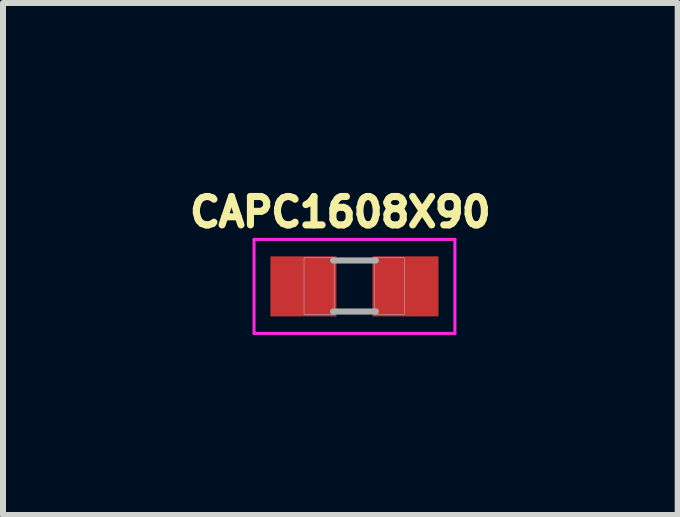
<source format=kicad_pcb>
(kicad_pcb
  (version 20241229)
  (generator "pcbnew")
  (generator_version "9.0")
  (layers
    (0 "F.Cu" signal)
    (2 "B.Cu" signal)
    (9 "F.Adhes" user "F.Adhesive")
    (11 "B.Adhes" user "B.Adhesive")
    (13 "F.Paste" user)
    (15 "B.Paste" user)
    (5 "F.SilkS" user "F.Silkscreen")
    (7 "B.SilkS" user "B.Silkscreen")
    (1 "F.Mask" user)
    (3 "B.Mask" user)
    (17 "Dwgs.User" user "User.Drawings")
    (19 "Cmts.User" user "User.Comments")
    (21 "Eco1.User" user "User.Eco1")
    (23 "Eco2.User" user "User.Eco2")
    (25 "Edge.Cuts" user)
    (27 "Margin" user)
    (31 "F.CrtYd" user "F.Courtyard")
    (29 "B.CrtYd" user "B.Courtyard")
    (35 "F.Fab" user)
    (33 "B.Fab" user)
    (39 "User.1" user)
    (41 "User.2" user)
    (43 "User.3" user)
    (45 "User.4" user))
  (footprint "CAPC1608X90"
    (layer "F.Cu")
    (at 2.855 1.721)
    (property "Reference" "CAPC1608X90" (at -0.235 -1.237 0) (layer "F.SilkS") (effects (font (size 0.473 0.473) (thickness 0.15))))
    (attr smd)
    (fp_line (start -1.673 -0.783) (end 1.673 -0.783) (stroke (width 0.051) (type solid)) (layer "F.CrtYd"))
    (fp_line (start -1.673 0.783) (end -1.673 -0.783) (stroke (width 0.051) (type solid)) (layer "F.CrtYd"))
    (fp_line (start 1.673 -0.783) (end 1.673 0.783) (stroke (width 0.051) (type solid)) (layer "F.CrtYd"))
    (fp_line (start 1.673 0.783) (end -1.673 0.783) (stroke (width 0.051) (type solid)) (layer "F.CrtYd"))
    (fp_line (start -0.356 -0.432) (end 0.356 -0.432) (stroke (width 0.102) (type solid)) (layer "F.Fab"))
    (fp_line (start -0.356 0.419) (end 0.356 0.419) (stroke (width 0.102) (type solid)) (layer "F.Fab"))
    (fp_poly (pts (xy -0.84 -0.48) (xy -0.338 -0.48) (xy -0.338 0.471) (xy -0.84 0.471)) (stroke (width 0.01) (type solid)) (fill no) (layer "F.Fab"))
    (fp_poly (pts (xy 0.33 -0.48) (xy 0.83 -0.48) (xy 0.83 0.47) (xy 0.33 0.47)) (stroke (width 0.01) (type solid)) (fill no) (layer "F.Fab"))
    (pad "1" smd rect (at -0.85 0) (size 1.1 1) (layers "F.Cu" "F.Mask" "F.Paste"))
    (pad "2" smd rect (at 0.85 0) (size 1.1 1) (layers "F.Cu" "F.Mask" "F.Paste")))
  (gr_rect
    (start -3 -3)
    (end 8.24 5.53)
    (stroke (width 0.1) (type default))
    (fill no)
    (layer "Edge.Cuts")))
</source>
